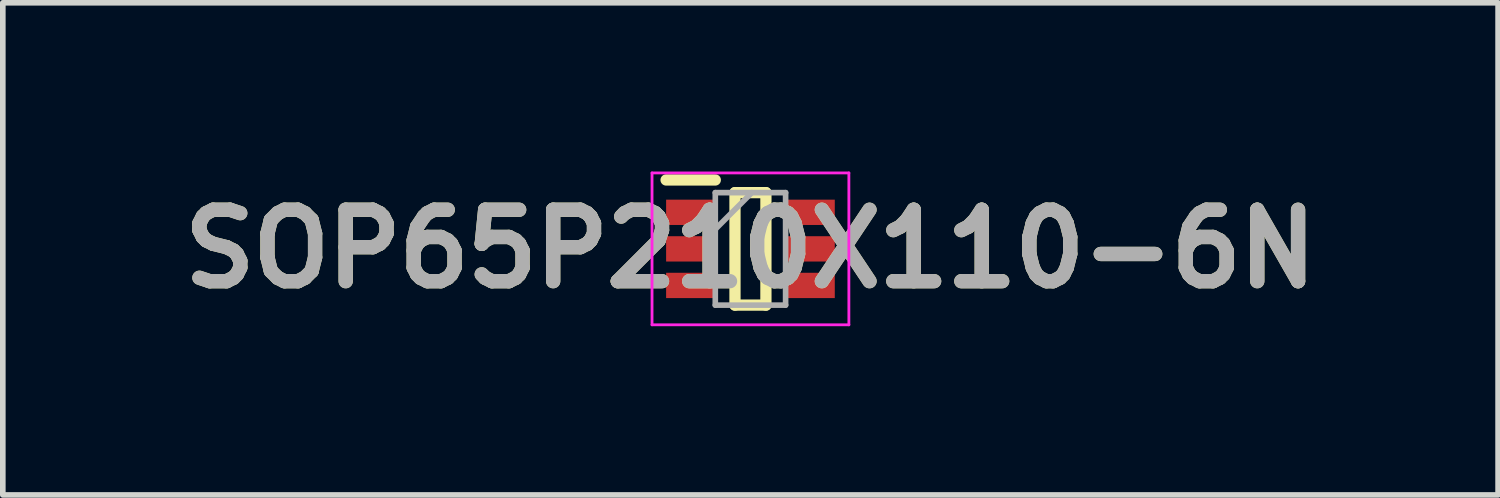
<source format=kicad_pcb>
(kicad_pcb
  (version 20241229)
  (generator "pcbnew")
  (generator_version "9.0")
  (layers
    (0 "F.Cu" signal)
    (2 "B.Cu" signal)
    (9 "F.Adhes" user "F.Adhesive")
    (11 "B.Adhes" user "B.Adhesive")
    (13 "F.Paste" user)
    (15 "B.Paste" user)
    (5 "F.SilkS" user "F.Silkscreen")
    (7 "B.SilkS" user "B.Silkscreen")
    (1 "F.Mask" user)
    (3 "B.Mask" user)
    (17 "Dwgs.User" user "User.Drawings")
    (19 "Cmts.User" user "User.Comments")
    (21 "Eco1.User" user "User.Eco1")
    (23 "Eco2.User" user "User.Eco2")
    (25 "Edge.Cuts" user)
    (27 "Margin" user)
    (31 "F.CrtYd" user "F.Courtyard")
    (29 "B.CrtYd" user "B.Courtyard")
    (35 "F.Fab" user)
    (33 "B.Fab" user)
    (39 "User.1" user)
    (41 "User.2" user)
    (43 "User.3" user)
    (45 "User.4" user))
  (footprint "SOP65P210X110-6N"
    (layer "F.Cu")
    (at 10.293 1.375)
    (property "Reference" "SOP65P210X110-6N" (at 0 0 0) (layer "F.SilkS") (effects (font (size 1.27 1.27) (thickness 0.254))))
    (attr smd)
    (fp_line (start -1.5 -1.225) (end -0.625 -1.225) (stroke (width 0.2) (type solid)) (layer "F.SilkS"))
    (fp_line (start -0.275 -1) (end 0.275 -1) (stroke (width 0.2) (type solid)) (layer "F.SilkS"))
    (fp_line (start -0.275 1) (end -0.275 -1) (stroke (width 0.2) (type solid)) (layer "F.SilkS"))
    (fp_line (start 0.275 -1) (end 0.275 1) (stroke (width 0.2) (type solid)) (layer "F.SilkS"))
    (fp_line (start 0.275 1) (end -0.275 1) (stroke (width 0.2) (type solid)) (layer "F.SilkS"))
    (fp_line (start -1.75 -1.35) (end 1.75 -1.35) (stroke (width 0.05) (type solid)) (layer "F.CrtYd"))
    (fp_line (start -1.75 1.35) (end -1.75 -1.35) (stroke (width 0.05) (type solid)) (layer "F.CrtYd"))
    (fp_line (start 1.75 -1.35) (end 1.75 1.35) (stroke (width 0.05) (type solid)) (layer "F.CrtYd"))
    (fp_line (start 1.75 1.35) (end -1.75 1.35) (stroke (width 0.05) (type solid)) (layer "F.CrtYd"))
    (fp_line (start -0.625 -1) (end 0.625 -1) (stroke (width 0.1) (type solid)) (layer "F.Fab"))
    (fp_line (start -0.625 -0.35) (end 0.025 -1) (stroke (width 0.1) (type solid)) (layer "F.Fab"))
    (fp_line (start -0.625 1) (end -0.625 -1) (stroke (width 0.1) (type solid)) (layer "F.Fab"))
    (fp_line (start 0.625 -1) (end 0.625 1) (stroke (width 0.1) (type solid)) (layer "F.Fab"))
    (fp_line (start 0.625 1) (end -0.625 1) (stroke (width 0.1) (type solid)) (layer "F.Fab"))
    (fp_text user "${REFERENCE}" (at 0 0 0) (layer "F.Fab") (effects (font (size 1.27 1.27) (thickness 0.254))))
    (pad "1" smd rect (at -1.062 -0.65 90) (size 0.45 0.875) (layers "F.Cu" "F.Mask" "F.Paste"))
    (pad "2" smd rect (at -1.062 0 90) (size 0.45 0.875) (layers "F.Cu" "F.Mask" "F.Paste"))
    (pad "3" smd rect (at -1.062 0.65 90) (size 0.45 0.875) (layers "F.Cu" "F.Mask" "F.Paste"))
    (pad "4" smd rect (at 1.062 0.65 90) (size 0.45 0.875) (layers "F.Cu" "F.Mask" "F.Paste"))
    (pad "5" smd rect (at 1.062 0 90) (size 0.45 0.875) (layers "F.Cu" "F.Mask" "F.Paste"))
    (pad "6" smd rect (at 1.062 -0.65 90) (size 0.45 0.875) (layers "F.Cu" "F.Mask" "F.Paste")))
  (gr_rect
    (start -3 -3)
    (end 23.586 5.75)
    (stroke (width 0.1) (type default))
    (fill no)
    (layer "Edge.Cuts")))
</source>
